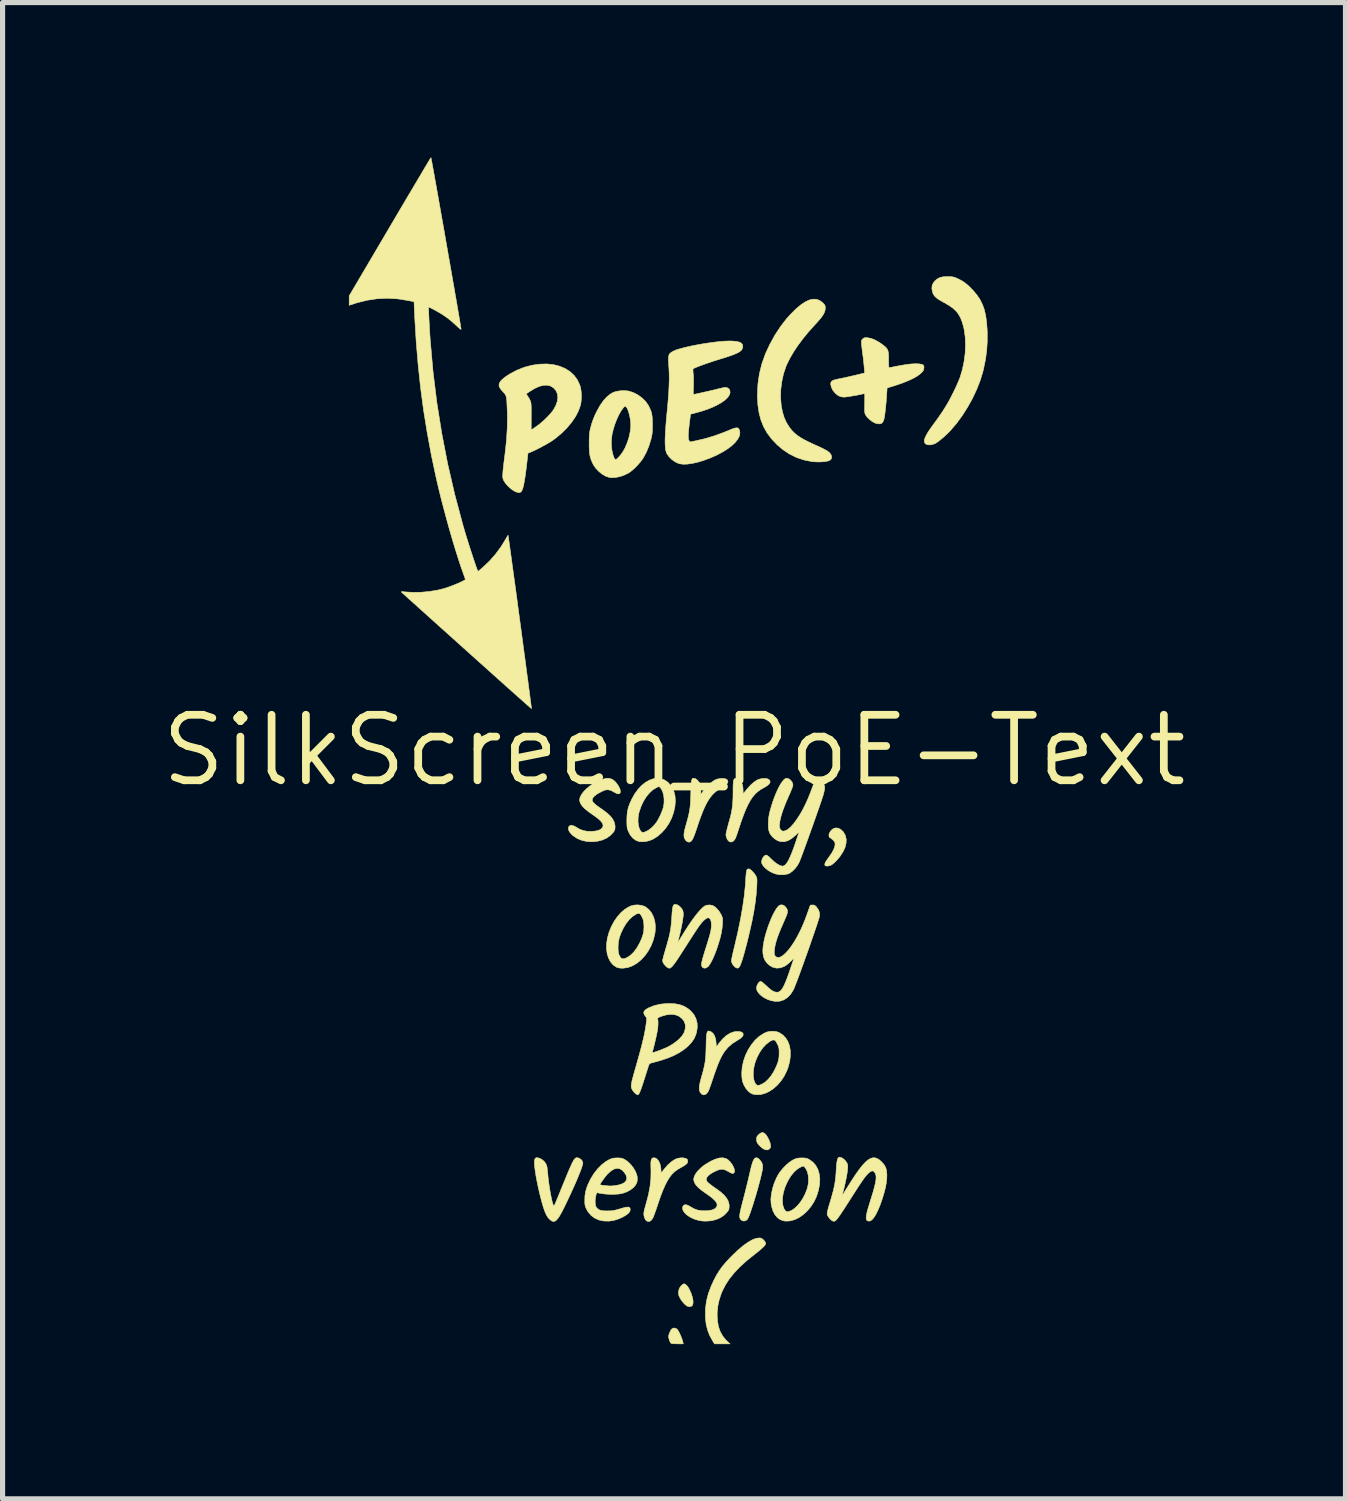
<source format=kicad_pcb>
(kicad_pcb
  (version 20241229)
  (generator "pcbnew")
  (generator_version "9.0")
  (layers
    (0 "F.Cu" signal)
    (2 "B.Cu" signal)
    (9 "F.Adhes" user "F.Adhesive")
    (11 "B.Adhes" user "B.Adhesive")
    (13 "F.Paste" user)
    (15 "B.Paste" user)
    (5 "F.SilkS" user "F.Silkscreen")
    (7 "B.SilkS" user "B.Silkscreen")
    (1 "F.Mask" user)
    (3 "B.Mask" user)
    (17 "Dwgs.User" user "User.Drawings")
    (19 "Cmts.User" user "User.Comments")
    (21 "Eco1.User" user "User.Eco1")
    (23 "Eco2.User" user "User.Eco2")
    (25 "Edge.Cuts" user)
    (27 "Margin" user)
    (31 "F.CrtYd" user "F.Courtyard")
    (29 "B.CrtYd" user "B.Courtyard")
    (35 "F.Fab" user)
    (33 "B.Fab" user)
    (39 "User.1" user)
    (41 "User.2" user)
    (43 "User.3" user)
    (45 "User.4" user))
  (footprint "SilkScreen_PoE-Text"
    (layer "F.Cu")
    (at 10.016 11.496)
    (property "Reference" "SilkScreen_PoE-Text" (at 0 0 0) (layer "F.SilkS") (effects (font (size 1.27 1.27) (thickness 0.15))))
    (attr through_hole)
    (fp_poly (pts (xy 0.048 11.211) (xy 0.06 11.221) (xy 0.083 11.252) (xy 0.107 11.298) (xy 0.132 11.353) (xy 0.154 11.411) (xy 0.171 11.466) (xy 0.173 11.475) (xy 0.18 11.504) (xy 0.065 11.504) (xy 0.007 11.503) (xy -0.032 11.5) (xy -0.055 11.495) (xy -0.062 11.49) (xy -0.081 11.458) (xy -0.096 11.416) (xy -0.105 11.376) (xy -0.106 11.364) (xy -0.1 11.328) (xy -0.085 11.285) (xy -0.065 11.244) (xy -0.045 11.216) (xy -0.018 11.2) (xy 0.016 11.198) (xy 0.048 11.211)) (stroke (width 0.01) (type solid)) (fill yes) (layer "F.SilkS"))
    (fp_poly (pts (xy 0.22 10.349) (xy 0.248 10.374) (xy 0.276 10.411) (xy 0.295 10.444) (xy 0.331 10.524) (xy 0.355 10.597) (xy 0.368 10.662) (xy 0.369 10.715) (xy 0.358 10.755) (xy 0.354 10.761) (xy 0.329 10.78) (xy 0.295 10.784) (xy 0.257 10.773) (xy 0.236 10.761) (xy 0.195 10.724) (xy 0.153 10.673) (xy 0.118 10.621) (xy 0.091 10.561) (xy 0.085 10.5) (xy 0.099 10.439) (xy 0.106 10.425) (xy 0.127 10.392) (xy 0.154 10.363) (xy 0.18 10.344) (xy 0.196 10.34) (xy 0.22 10.349)) (stroke (width 0.01) (type solid)) (fill yes) (layer "F.SilkS"))
    (fp_poly (pts (xy 1.745 7.417) (xy 1.776 7.444) (xy 1.809 7.491) (xy 1.839 7.547) (xy 1.861 7.605) (xy 1.871 7.651) (xy 1.872 7.685) (xy 1.867 7.706) (xy 1.852 7.724) (xy 1.851 7.724) (xy 1.816 7.744) (xy 1.775 7.743) (xy 1.741 7.729) (xy 1.706 7.706) (xy 1.668 7.673) (xy 1.635 7.638) (xy 1.613 7.607) (xy 1.603 7.578) (xy 1.598 7.541) (xy 1.598 7.535) (xy 1.601 7.505) (xy 1.611 7.481) (xy 1.634 7.454) (xy 1.639 7.449) (xy 1.678 7.418) (xy 1.712 7.408) (xy 1.745 7.417)) (stroke (width 0.01) (type solid)) (fill yes) (layer "F.SilkS"))
    (fp_poly (pts (xy 1.613 7.899) (xy 1.635 7.911) (xy 1.662 7.937) (xy 1.698 7.984) (xy 1.716 8.033) (xy 1.718 8.09) (xy 1.714 8.124) (xy 1.701 8.187) (xy 1.684 8.261) (xy 1.663 8.344) (xy 1.64 8.433) (xy 1.614 8.526) (xy 1.587 8.62) (xy 1.559 8.712) (xy 1.532 8.8) (xy 1.505 8.881) (xy 1.481 8.953) (xy 1.459 9.012) (xy 1.44 9.058) (xy 1.426 9.086) (xy 1.422 9.09) (xy 1.389 9.117) (xy 1.351 9.124) (xy 1.313 9.111) (xy 1.296 9.097) (xy 1.283 9.081) (xy 1.275 9.061) (xy 1.272 9.035) (xy 1.274 9) (xy 1.281 8.954) (xy 1.294 8.894) (xy 1.313 8.817) (xy 1.323 8.779) (xy 1.384 8.543) (xy 1.439 8.319) (xy 1.481 8.137) (xy 1.501 8.056) (xy 1.52 7.994) (xy 1.537 7.949) (xy 1.555 7.919) (xy 1.574 7.902) (xy 1.591 7.897) (xy 1.613 7.899)) (stroke (width 0.01) (type solid)) (fill yes) (layer "F.SilkS"))
    (fp_poly (pts (xy 3.179 1.507) (xy 3.228 1.529) (xy 3.273 1.57) (xy 3.287 1.587) (xy 3.322 1.652) (xy 3.338 1.724) (xy 3.335 1.802) (xy 3.314 1.884) (xy 3.274 1.969) (xy 3.216 2.057) (xy 3.144 2.142) (xy 3.11 2.174) (xy 3.076 2.203) (xy 3.048 2.222) (xy 3.046 2.224) (xy 3.009 2.237) (xy 2.973 2.243) (xy 2.944 2.241) (xy 2.926 2.23) (xy 2.925 2.228) (xy 2.922 2.209) (xy 2.927 2.186) (xy 2.942 2.157) (xy 2.968 2.117) (xy 3.004 2.067) (xy 3.059 1.988) (xy 3.097 1.916) (xy 3.118 1.852) (xy 3.122 1.813) (xy 3.119 1.788) (xy 3.107 1.765) (xy 3.082 1.739) (xy 3.077 1.734) (xy 3.051 1.712) (xy 3.032 1.697) (xy 3.024 1.693) (xy 3.011 1.684) (xy 3.004 1.662) (xy 3.003 1.633) (xy 3.01 1.606) (xy 3.043 1.553) (xy 3.084 1.519) (xy 3.13 1.503) (xy 3.179 1.507)) (stroke (width 0.01) (type solid)) (fill yes) (layer "F.SilkS"))
    (fp_poly (pts (xy 1.472 2.305) (xy 1.5 2.326) (xy 1.53 2.356) (xy 1.559 2.391) (xy 1.583 2.426) (xy 1.588 2.436) (xy 1.598 2.455) (xy 1.604 2.474) (xy 1.607 2.497) (xy 1.608 2.527) (xy 1.607 2.569) (xy 1.605 2.628) (xy 1.594 2.782) (xy 1.575 2.945) (xy 1.548 3.119) (xy 1.512 3.307) (xy 1.467 3.51) (xy 1.414 3.73) (xy 1.402 3.774) (xy 1.37 3.894) (xy 1.342 3.994) (xy 1.317 4.075) (xy 1.295 4.137) (xy 1.278 4.178) (xy 1.257 4.21) (xy 1.234 4.222) (xy 1.205 4.215) (xy 1.183 4.201) (xy 1.15 4.168) (xy 1.125 4.128) (xy 1.112 4.088) (xy 1.111 4.078) (xy 1.114 4.059) (xy 1.121 4.023) (xy 1.131 3.973) (xy 1.145 3.913) (xy 1.161 3.846) (xy 1.17 3.81) (xy 1.234 3.536) (xy 1.287 3.281) (xy 1.329 3.042) (xy 1.361 2.821) (xy 1.382 2.616) (xy 1.388 2.529) (xy 1.392 2.453) (xy 1.397 2.396) (xy 1.402 2.354) (xy 1.409 2.326) (xy 1.417 2.309) (xy 1.428 2.3) (xy 1.443 2.297) (xy 1.452 2.297) (xy 1.472 2.305)) (stroke (width 0.01) (type solid)) (fill yes) (layer "F.SilkS"))
    (fp_poly (pts (xy 1.682 9.454) (xy 1.706 9.465) (xy 1.733 9.488) (xy 1.737 9.492) (xy 1.76 9.519) (xy 1.775 9.544) (xy 1.778 9.555) (xy 1.772 9.576) (xy 1.754 9.603) (xy 1.722 9.636) (xy 1.675 9.678) (xy 1.613 9.729) (xy 1.553 9.776) (xy 1.405 9.895) (xy 1.277 10.011) (xy 1.168 10.126) (xy 1.075 10.241) (xy 0.999 10.357) (xy 0.938 10.476) (xy 0.92 10.518) (xy 0.877 10.644) (xy 0.85 10.766) (xy 0.837 10.891) (xy 0.836 10.943) (xy 0.843 11.066) (xy 0.862 11.173) (xy 0.896 11.269) (xy 0.945 11.355) (xy 1.01 11.433) (xy 1.037 11.459) (xy 1.085 11.504) (xy 0.935 11.504) (xy 0.785 11.504) (xy 0.753 11.454) (xy 0.694 11.349) (xy 0.652 11.242) (xy 0.623 11.129) (xy 0.609 11.003) (xy 0.607 10.97) (xy 0.609 10.822) (xy 0.628 10.677) (xy 0.665 10.531) (xy 0.721 10.381) (xy 0.779 10.256) (xy 0.83 10.162) (xy 0.884 10.076) (xy 0.946 9.992) (xy 1.019 9.907) (xy 1.105 9.816) (xy 1.127 9.794) (xy 1.235 9.691) (xy 1.335 9.606) (xy 1.427 9.539) (xy 1.51 9.491) (xy 1.584 9.461) (xy 1.649 9.451) (xy 1.653 9.451) (xy 1.682 9.454)) (stroke (width 0.01) (type solid)) (fill yes) (layer "F.SilkS"))
    (fp_poly (pts (xy -0.359 7.902) (xy -0.324 7.927) (xy -0.294 7.967) (xy -0.271 8.021) (xy -0.257 8.086) (xy -0.255 8.108) (xy -0.249 8.191) (xy -0.187 8.112) (xy -0.119 8.034) (xy -0.046 7.97) (xy 0.025 7.925) (xy 0.077 7.906) (xy 0.135 7.898) (xy 0.19 7.9) (xy 0.225 7.909) (xy 0.251 7.922) (xy 0.262 7.938) (xy 0.265 7.963) (xy 0.265 7.963) (xy 0.262 7.988) (xy 0.251 8.008) (xy 0.226 8.029) (xy 0.22 8.034) (xy 0.182 8.059) (xy 0.139 8.084) (xy 0.122 8.093) (xy 0.064 8.127) (xy 0.011 8.167) (xy -0.039 8.215) (xy -0.085 8.273) (xy -0.129 8.344) (xy -0.172 8.427) (xy -0.215 8.525) (xy -0.26 8.641) (xy -0.306 8.775) (xy -0.324 8.829) (xy -0.345 8.892) (xy -0.366 8.951) (xy -0.385 9.003) (xy -0.4 9.042) (xy -0.409 9.062) (xy -0.438 9.106) (xy -0.47 9.129) (xy -0.504 9.132) (xy -0.537 9.117) (xy -0.554 9.098) (xy -0.57 9.066) (xy -0.576 9.048) (xy -0.583 9.019) (xy -0.586 8.99) (xy -0.584 8.957) (xy -0.577 8.916) (xy -0.563 8.863) (xy -0.544 8.795) (xy -0.54 8.78) (xy -0.495 8.61) (xy -0.465 8.449) (xy -0.449 8.295) (xy -0.447 8.142) (xy -0.448 8.112) (xy -0.45 8.038) (xy -0.449 7.982) (xy -0.443 7.942) (xy -0.433 7.917) (xy -0.417 7.902) (xy -0.399 7.897) (xy -0.359 7.902)) (stroke (width 0.01) (type solid)) (fill yes) (layer "F.SilkS"))
    (fp_poly (pts (xy 0.696 5.445) (xy 0.72 5.456) (xy 0.758 5.487) (xy 0.787 5.536) (xy 0.807 5.599) (xy 0.815 5.66) (xy 0.82 5.748) (xy 0.867 5.683) (xy 0.938 5.597) (xy 1.011 5.53) (xy 1.085 5.483) (xy 1.16 5.456) (xy 1.222 5.448) (xy 1.276 5.452) (xy 1.312 5.462) (xy 1.333 5.48) (xy 1.339 5.492) (xy 1.34 5.521) (xy 1.324 5.55) (xy 1.291 5.581) (xy 1.238 5.615) (xy 1.221 5.625) (xy 1.125 5.687) (xy 1.046 5.756) (xy 0.979 5.837) (xy 0.966 5.856) (xy 0.939 5.9) (xy 0.913 5.948) (xy 0.886 6.004) (xy 0.858 6.07) (xy 0.828 6.148) (xy 0.794 6.242) (xy 0.757 6.35) (xy 0.734 6.418) (xy 0.713 6.48) (xy 0.694 6.533) (xy 0.679 6.574) (xy 0.669 6.6) (xy 0.666 6.606) (xy 0.637 6.648) (xy 0.605 6.672) (xy 0.571 6.678) (xy 0.538 6.665) (xy 0.529 6.656) (xy 0.507 6.629) (xy 0.493 6.596) (xy 0.488 6.557) (xy 0.491 6.506) (xy 0.503 6.443) (xy 0.523 6.364) (xy 0.53 6.339) (xy 0.556 6.247) (xy 0.576 6.169) (xy 0.591 6.1) (xy 0.603 6.035) (xy 0.61 5.969) (xy 0.616 5.896) (xy 0.619 5.811) (xy 0.621 5.736) (xy 0.623 5.645) (xy 0.626 5.573) (xy 0.631 5.518) (xy 0.637 5.479) (xy 0.647 5.454) (xy 0.659 5.442) (xy 0.675 5.439) (xy 0.696 5.445)) (stroke (width 0.01) (type solid)) (fill yes) (layer "F.SilkS"))
    (fp_poly (pts (xy 0.417 0.549) (xy 0.45 0.574) (xy 0.481 0.611) (xy 0.497 0.639) (xy 0.51 0.674) (xy 0.517 0.715) (xy 0.519 0.767) (xy 0.519 0.85) (xy 0.57 0.782) (xy 0.619 0.723) (xy 0.674 0.667) (xy 0.729 0.618) (xy 0.78 0.582) (xy 0.801 0.57) (xy 0.845 0.554) (xy 0.896 0.546) (xy 0.946 0.544) (xy 0.99 0.549) (xy 1.022 0.562) (xy 1.025 0.565) (xy 1.044 0.593) (xy 1.042 0.623) (xy 1.019 0.656) (xy 0.975 0.692) (xy 0.92 0.725) (xy 0.858 0.763) (xy 0.802 0.805) (xy 0.75 0.853) (xy 0.703 0.91) (xy 0.658 0.977) (xy 0.615 1.056) (xy 0.572 1.148) (xy 0.529 1.257) (xy 0.483 1.382) (xy 0.445 1.498) (xy 0.416 1.582) (xy 0.392 1.649) (xy 0.371 1.699) (xy 0.352 1.735) (xy 0.334 1.758) (xy 0.315 1.772) (xy 0.295 1.778) (xy 0.286 1.778) (xy 0.258 1.77) (xy 0.235 1.754) (xy 0.213 1.725) (xy 0.198 1.694) (xy 0.192 1.657) (xy 0.194 1.61) (xy 0.204 1.552) (xy 0.223 1.479) (xy 0.234 1.439) (xy 0.26 1.346) (xy 0.28 1.268) (xy 0.295 1.2) (xy 0.306 1.135) (xy 0.314 1.07) (xy 0.319 0.997) (xy 0.323 0.914) (xy 0.325 0.836) (xy 0.327 0.749) (xy 0.329 0.68) (xy 0.333 0.629) (xy 0.338 0.591) (xy 0.345 0.566) (xy 0.354 0.55) (xy 0.366 0.542) (xy 0.381 0.54) (xy 0.386 0.54) (xy 0.417 0.549)) (stroke (width 0.01) (type solid)) (fill yes) (layer "F.SilkS"))
    (fp_poly (pts (xy 1.228 0.548) (xy 1.262 0.57) (xy 1.294 0.605) (xy 1.315 0.639) (xy 1.328 0.673) (xy 1.335 0.714) (xy 1.338 0.764) (xy 1.339 0.801) (xy 1.341 0.828) (xy 1.344 0.839) (xy 1.345 0.838) (xy 1.354 0.827) (xy 1.372 0.803) (xy 1.397 0.772) (xy 1.406 0.76) (xy 1.482 0.674) (xy 1.559 0.608) (xy 1.614 0.573) (xy 1.659 0.556) (xy 1.71 0.546) (xy 1.761 0.544) (xy 1.805 0.549) (xy 1.837 0.562) (xy 1.84 0.565) (xy 1.861 0.594) (xy 1.86 0.624) (xy 1.84 0.656) (xy 1.798 0.69) (xy 1.736 0.727) (xy 1.73 0.73) (xy 1.671 0.764) (xy 1.617 0.804) (xy 1.568 0.851) (xy 1.521 0.907) (xy 1.477 0.973) (xy 1.434 1.052) (xy 1.391 1.144) (xy 1.348 1.252) (xy 1.302 1.378) (xy 1.254 1.522) (xy 1.248 1.54) (xy 1.231 1.593) (xy 1.214 1.642) (xy 1.2 1.68) (xy 1.19 1.705) (xy 1.189 1.707) (xy 1.16 1.75) (xy 1.128 1.773) (xy 1.093 1.776) (xy 1.058 1.758) (xy 1.054 1.754) (xy 1.034 1.728) (xy 1.018 1.692) (xy 1.014 1.679) (xy 1.01 1.664) (xy 1.007 1.65) (xy 1.006 1.635) (xy 1.008 1.617) (xy 1.012 1.592) (xy 1.02 1.559) (xy 1.031 1.515) (xy 1.046 1.458) (xy 1.066 1.384) (xy 1.085 1.318) (xy 1.109 1.221) (xy 1.126 1.126) (xy 1.137 1.025) (xy 1.143 0.915) (xy 1.144 0.799) (xy 1.144 0.719) (xy 1.146 0.657) (xy 1.149 0.612) (xy 1.155 0.581) (xy 1.163 0.56) (xy 1.175 0.548) (xy 1.191 0.543) (xy 1.197 0.542) (xy 1.228 0.548)) (stroke (width 0.01) (type solid)) (fill yes) (layer "F.SilkS"))
    (fp_poly (pts (xy -0.634 3.003) (xy -0.574 3.022) (xy -0.558 3.03) (xy -0.492 3.081) (xy -0.438 3.147) (xy -0.398 3.226) (xy -0.372 3.315) (xy -0.361 3.412) (xy -0.366 3.515) (xy -0.371 3.551) (xy -0.4 3.67) (xy -0.442 3.781) (xy -0.497 3.884) (xy -0.561 3.976) (xy -0.635 4.056) (xy -0.715 4.123) (xy -0.801 4.174) (xy -0.891 4.208) (xy -0.982 4.222) (xy -1.002 4.223) (xy -1.059 4.219) (xy -1.104 4.207) (xy -1.119 4.201) (xy -1.18 4.159) (xy -1.23 4.101) (xy -1.269 4.028) (xy -1.296 3.943) (xy -1.309 3.848) (xy -1.308 3.828) (xy -1.085 3.828) (xy -1.082 3.891) (xy -1.073 3.943) (xy -1.066 3.963) (xy -1.042 4.008) (xy -1.018 4.034) (xy -0.989 4.041) (xy -0.951 4.033) (xy -0.926 4.023) (xy -0.852 3.978) (xy -0.784 3.914) (xy -0.721 3.83) (xy -0.663 3.726) (xy -0.66 3.72) (xy -0.624 3.638) (xy -0.6 3.566) (xy -0.587 3.498) (xy -0.583 3.426) (xy -0.584 3.392) (xy -0.588 3.338) (xy -0.594 3.298) (xy -0.605 3.263) (xy -0.618 3.235) (xy -0.641 3.192) (xy -0.663 3.168) (xy -0.686 3.16) (xy -0.716 3.166) (xy -0.735 3.175) (xy -0.804 3.219) (xy -0.87 3.281) (xy -0.931 3.359) (xy -0.986 3.451) (xy -1.033 3.553) (xy -1.06 3.63) (xy -1.074 3.691) (xy -1.082 3.759) (xy -1.085 3.828) (xy -1.308 3.828) (xy -1.308 3.754) (xy -1.292 3.641) (xy -1.261 3.529) (xy -1.218 3.421) (xy -1.164 3.319) (xy -1.1 3.226) (xy -1.029 3.145) (xy -0.952 3.079) (xy -0.871 3.03) (xy -0.839 3.016) (xy -0.773 2.999) (xy -0.703 2.995) (xy -0.634 3.003)) (stroke (width 0.01) (type solid)) (fill yes) (layer "F.SilkS"))
    (fp_poly (pts (xy -0.255 0.548) (xy -0.186 0.573) (xy -0.122 0.615) (xy -0.065 0.677) (xy -0.044 0.706) (xy -0.005 0.788) (xy 0.019 0.881) (xy 0.026 0.983) (xy 0.017 1.091) (xy -0.009 1.205) (xy -0.047 1.313) (xy -0.099 1.416) (xy -0.163 1.51) (xy -0.237 1.594) (xy -0.318 1.664) (xy -0.403 1.718) (xy -0.476 1.749) (xy -0.535 1.763) (xy -0.598 1.771) (xy -0.655 1.77) (xy -0.682 1.766) (xy -0.746 1.74) (xy -0.804 1.696) (xy -0.853 1.633) (xy -0.891 1.557) (xy -0.901 1.529) (xy -0.908 1.502) (xy -0.912 1.469) (xy -0.914 1.426) (xy -0.915 1.381) (xy -0.698 1.381) (xy -0.69 1.454) (xy -0.673 1.516) (xy -0.646 1.565) (xy -0.635 1.577) (xy -0.614 1.589) (xy -0.585 1.588) (xy -0.547 1.574) (xy -0.501 1.55) (xy -0.445 1.509) (xy -0.388 1.454) (xy -0.337 1.39) (xy -0.336 1.388) (xy -0.304 1.334) (xy -0.27 1.268) (xy -0.24 1.197) (xy -0.216 1.131) (xy -0.205 1.094) (xy -0.194 1.02) (xy -0.193 0.945) (xy -0.201 0.871) (xy -0.219 0.806) (xy -0.244 0.752) (xy -0.268 0.721) (xy -0.292 0.699) (xy -0.346 0.725) (xy -0.413 0.766) (xy -0.478 0.826) (xy -0.539 0.9) (xy -0.593 0.987) (xy -0.638 1.083) (xy -0.674 1.186) (xy -0.684 1.224) (xy -0.696 1.304) (xy -0.698 1.381) (xy -0.915 1.381) (xy -0.915 1.368) (xy -0.915 1.355) (xy -0.912 1.262) (xy -0.903 1.182) (xy -0.886 1.107) (xy -0.858 1.03) (xy -0.82 0.947) (xy -0.763 0.844) (xy -0.698 0.755) (xy -0.628 0.68) (xy -0.555 0.621) (xy -0.48 0.578) (xy -0.404 0.551) (xy -0.328 0.541) (xy -0.255 0.548)) (stroke (width 0.01) (type solid)) (fill yes) (layer "F.SilkS"))
    (fp_poly (pts (xy 2.524 7.901) (xy 2.557 7.905) (xy 2.585 7.913) (xy 2.615 7.927) (xy 2.623 7.932) (xy 2.692 7.982) (xy 2.748 8.046) (xy 2.789 8.123) (xy 2.815 8.212) (xy 2.826 8.309) (xy 2.821 8.414) (xy 2.8 8.526) (xy 2.764 8.641) (xy 2.763 8.644) (xy 2.716 8.745) (xy 2.656 8.839) (xy 2.587 8.923) (xy 2.51 8.995) (xy 2.427 9.053) (xy 2.343 9.095) (xy 2.257 9.119) (xy 2.243 9.121) (xy 2.199 9.124) (xy 2.156 9.124) (xy 2.131 9.121) (xy 2.064 9.099) (xy 2.005 9.059) (xy 1.956 9.001) (xy 1.918 8.928) (xy 1.891 8.84) (xy 1.882 8.789) (xy 1.879 8.741) (xy 2.101 8.741) (xy 2.109 8.816) (xy 2.129 8.88) (xy 2.157 8.924) (xy 2.18 8.94) (xy 2.214 8.94) (xy 2.259 8.926) (xy 2.273 8.92) (xy 2.331 8.883) (xy 2.39 8.829) (xy 2.447 8.76) (xy 2.499 8.681) (xy 2.544 8.593) (xy 2.579 8.502) (xy 2.583 8.488) (xy 2.602 8.406) (xy 2.607 8.323) (xy 2.602 8.243) (xy 2.585 8.171) (xy 2.557 8.111) (xy 2.535 8.081) (xy 2.517 8.064) (xy 2.501 8.059) (xy 2.48 8.066) (xy 2.471 8.069) (xy 2.399 8.11) (xy 2.33 8.17) (xy 2.266 8.248) (xy 2.209 8.34) (xy 2.16 8.445) (xy 2.149 8.474) (xy 2.121 8.567) (xy 2.105 8.657) (xy 2.101 8.741) (xy 1.879 8.741) (xy 1.877 8.7) (xy 1.887 8.601) (xy 1.909 8.496) (xy 1.942 8.39) (xy 1.986 8.287) (xy 2.012 8.237) (xy 2.056 8.169) (xy 2.111 8.102) (xy 2.172 8.039) (xy 2.235 7.985) (xy 2.295 7.945) (xy 2.313 7.935) (xy 2.353 7.917) (xy 2.386 7.907) (xy 2.421 7.902) (xy 2.467 7.9) (xy 2.477 7.9) (xy 2.524 7.901)) (stroke (width 0.01) (type solid)) (fill yes) (layer "F.SilkS"))
    (fp_poly (pts (xy 1.953 5.447) (xy 1.99 5.453) (xy 2.025 5.466) (xy 2.045 5.475) (xy 2.112 5.519) (xy 2.169 5.581) (xy 2.207 5.643) (xy 2.238 5.725) (xy 2.254 5.819) (xy 2.255 5.921) (xy 2.242 6.029) (xy 2.213 6.139) (xy 2.185 6.214) (xy 2.134 6.316) (xy 2.073 6.408) (xy 2.003 6.489) (xy 1.926 6.557) (xy 1.845 6.611) (xy 1.761 6.65) (xy 1.676 6.672) (xy 1.592 6.675) (xy 1.532 6.665) (xy 1.483 6.643) (xy 1.435 6.603) (xy 1.391 6.55) (xy 1.355 6.488) (xy 1.329 6.422) (xy 1.324 6.402) (xy 1.319 6.37) (xy 1.315 6.325) (xy 1.313 6.274) (xy 1.313 6.253) (xy 1.314 6.23) (xy 1.537 6.23) (xy 1.537 6.32) (xy 1.549 6.393) (xy 1.571 6.449) (xy 1.585 6.468) (xy 1.604 6.486) (xy 1.623 6.494) (xy 1.649 6.491) (xy 1.686 6.477) (xy 1.698 6.472) (xy 1.762 6.435) (xy 1.824 6.378) (xy 1.883 6.306) (xy 1.937 6.22) (xy 1.984 6.123) (xy 2.013 6.047) (xy 2.026 6.001) (xy 2.034 5.953) (xy 2.037 5.897) (xy 2.037 5.868) (xy 2.037 5.818) (xy 2.034 5.782) (xy 2.028 5.753) (xy 2.018 5.724) (xy 2.002 5.691) (xy 1.978 5.646) (xy 1.955 5.62) (xy 1.93 5.612) (xy 1.898 5.62) (xy 1.856 5.642) (xy 1.856 5.642) (xy 1.787 5.695) (xy 1.722 5.764) (xy 1.664 5.847) (xy 1.615 5.939) (xy 1.575 6.037) (xy 1.549 6.138) (xy 1.537 6.23) (xy 1.314 6.23) (xy 1.321 6.138) (xy 1.346 6.023) (xy 1.385 5.91) (xy 1.437 5.803) (xy 1.5 5.704) (xy 1.572 5.616) (xy 1.652 5.543) (xy 1.739 5.487) (xy 1.757 5.478) (xy 1.8 5.46) (xy 1.838 5.45) (xy 1.882 5.446) (xy 1.905 5.445) (xy 1.953 5.447)) (stroke (width 0.01) (type solid)) (fill yes) (layer "F.SilkS"))
    (fp_poly (pts (xy -1.843 7.904) (xy -1.807 7.926) (xy -1.78 7.957) (xy -1.768 7.992) (xy -1.767 7.998) (xy -1.772 8.027) (xy -1.786 8.073) (xy -1.807 8.135) (xy -1.837 8.21) (xy -1.872 8.297) (xy -1.914 8.394) (xy -1.961 8.5) (xy -2.012 8.611) (xy -2.067 8.728) (xy -2.125 8.848) (xy -2.133 8.865) (xy -2.178 8.953) (xy -2.217 9.022) (xy -2.251 9.073) (xy -2.282 9.108) (xy -2.31 9.127) (xy -2.338 9.132) (xy -2.366 9.124) (xy -2.388 9.11) (xy -2.421 9.081) (xy -2.447 9.051) (xy -2.47 9.013) (xy -2.488 8.978) (xy -2.51 8.923) (xy -2.535 8.85) (xy -2.56 8.764) (xy -2.586 8.667) (xy -2.611 8.564) (xy -2.635 8.457) (xy -2.657 8.351) (xy -2.676 8.249) (xy -2.691 8.154) (xy -2.702 8.07) (xy -2.705 8.038) (xy -2.707 7.978) (xy -2.703 7.936) (xy -2.692 7.91) (xy -2.673 7.897) (xy -2.656 7.895) (xy -2.609 7.905) (xy -2.562 7.93) (xy -2.518 7.967) (xy -2.485 8.011) (xy -2.467 8.054) (xy -2.461 8.083) (xy -2.456 8.124) (xy -2.451 8.17) (xy -2.45 8.176) (xy -2.443 8.26) (xy -2.433 8.348) (xy -2.421 8.434) (xy -2.408 8.519) (xy -2.394 8.598) (xy -2.38 8.669) (xy -2.367 8.73) (xy -2.354 8.778) (xy -2.342 8.811) (xy -2.331 8.826) (xy -2.329 8.826) (xy -2.326 8.826) (xy -2.323 8.823) (xy -2.318 8.815) (xy -2.312 8.802) (xy -2.302 8.781) (xy -2.289 8.751) (xy -2.272 8.709) (xy -2.249 8.655) (xy -2.221 8.586) (xy -2.187 8.501) (xy -2.147 8.403) (xy -2.1 8.289) (xy -2.061 8.193) (xy -2.027 8.114) (xy -1.998 8.049) (xy -1.975 7.999) (xy -1.954 7.96) (xy -1.937 7.932) (xy -1.921 7.913) (xy -1.907 7.902) (xy -1.894 7.896) (xy -1.883 7.895) (xy -1.843 7.904)) (stroke (width 0.01) (type solid)) (fill yes) (layer "F.SilkS"))
    (fp_poly (pts (xy 2.759 -8.745) (xy 2.82 -8.723) (xy 2.876 -8.683) (xy 2.88 -8.679) (xy 2.908 -8.651) (xy 2.923 -8.63) (xy 2.93 -8.609) (xy 2.932 -8.58) (xy 2.932 -8.574) (xy 2.929 -8.538) (xy 2.919 -8.501) (xy 2.902 -8.463) (xy 2.874 -8.419) (xy 2.836 -8.369) (xy 2.785 -8.31) (xy 2.72 -8.239) (xy 2.711 -8.229) (xy 2.601 -8.106) (xy 2.497 -7.979) (xy 2.402 -7.851) (xy 2.318 -7.725) (xy 2.247 -7.604) (xy 2.19 -7.49) (xy 2.172 -7.448) (xy 2.123 -7.303) (xy 2.089 -7.149) (xy 2.069 -6.991) (xy 2.066 -6.835) (xy 2.078 -6.686) (xy 2.079 -6.678) (xy 2.103 -6.556) (xy 2.136 -6.449) (xy 2.18 -6.353) (xy 2.237 -6.262) (xy 2.249 -6.246) (xy 2.289 -6.197) (xy 2.334 -6.152) (xy 2.384 -6.11) (xy 2.444 -6.069) (xy 2.515 -6.027) (xy 2.6 -5.983) (xy 2.702 -5.935) (xy 2.763 -5.908) (xy 2.822 -5.881) (xy 2.879 -5.854) (xy 2.927 -5.829) (xy 2.964 -5.809) (xy 2.978 -5.8) (xy 3.02 -5.764) (xy 3.046 -5.726) (xy 3.056 -5.688) (xy 3.049 -5.653) (xy 3.024 -5.626) (xy 3.023 -5.625) (xy 2.99 -5.611) (xy 2.94 -5.601) (xy 2.878 -5.594) (xy 2.809 -5.591) (xy 2.737 -5.593) (xy 2.669 -5.599) (xy 2.516 -5.63) (xy 2.369 -5.68) (xy 2.229 -5.75) (xy 2.098 -5.839) (xy 1.992 -5.931) (xy 1.891 -6.038) (xy 1.806 -6.151) (xy 1.738 -6.27) (xy 1.686 -6.399) (xy 1.649 -6.538) (xy 1.626 -6.689) (xy 1.616 -6.856) (xy 1.616 -6.9) (xy 1.626 -7.104) (xy 1.655 -7.302) (xy 1.703 -7.496) (xy 1.772 -7.689) (xy 1.853 -7.863) (xy 1.955 -8.05) (xy 2.066 -8.218) (xy 2.184 -8.371) (xy 2.27 -8.465) (xy 2.367 -8.561) (xy 2.458 -8.637) (xy 2.542 -8.693) (xy 2.62 -8.73) (xy 2.692 -8.747) (xy 2.759 -8.745)) (stroke (width 0.01) (type solid)) (fill yes) (layer "F.SilkS"))
    (fp_poly (pts (xy -1.213 0.555) (xy -1.184 0.57) (xy -1.145 0.602) (xy -1.107 0.646) (xy -1.074 0.695) (xy -1.051 0.744) (xy -1.042 0.773) (xy -1.041 0.813) (xy -1.053 0.836) (xy -1.078 0.844) (xy -1.114 0.835) (xy -1.161 0.81) (xy -1.172 0.803) (xy -1.222 0.776) (xy -1.274 0.764) (xy -1.275 0.764) (xy -1.302 0.764) (xy -1.327 0.767) (xy -1.355 0.776) (xy -1.393 0.793) (xy -1.425 0.809) (xy -1.496 0.849) (xy -1.547 0.888) (xy -1.577 0.926) (xy -1.587 0.961) (xy -1.583 0.983) (xy -1.567 1.007) (xy -1.539 1.036) (xy -1.496 1.071) (xy -1.438 1.113) (xy -1.394 1.143) (xy -1.306 1.208) (xy -1.237 1.271) (xy -1.188 1.333) (xy -1.157 1.395) (xy -1.144 1.459) (xy -1.143 1.48) (xy -1.145 1.52) (xy -1.153 1.55) (xy -1.17 1.58) (xy -1.173 1.584) (xy -1.232 1.647) (xy -1.305 1.699) (xy -1.391 1.738) (xy -1.486 1.762) (xy -1.586 1.772) (xy -1.681 1.767) (xy -1.786 1.745) (xy -1.878 1.707) (xy -1.958 1.653) (xy -1.981 1.633) (xy -2.022 1.586) (xy -2.045 1.542) (xy -2.049 1.503) (xy -2.039 1.477) (xy -2.015 1.455) (xy -1.984 1.451) (xy -1.942 1.464) (xy -1.898 1.488) (xy -1.827 1.529) (xy -1.76 1.554) (xy -1.69 1.567) (xy -1.625 1.57) (xy -1.543 1.566) (xy -1.48 1.555) (xy -1.432 1.536) (xy -1.405 1.516) (xy -1.382 1.485) (xy -1.375 1.453) (xy -1.386 1.417) (xy -1.414 1.377) (xy -1.461 1.332) (xy -1.527 1.281) (xy -1.576 1.247) (xy -1.662 1.186) (xy -1.729 1.131) (xy -1.779 1.08) (xy -1.811 1.032) (xy -1.828 0.986) (xy -1.831 0.958) (xy -1.821 0.909) (xy -1.794 0.855) (xy -1.752 0.799) (xy -1.698 0.744) (xy -1.633 0.69) (xy -1.562 0.641) (xy -1.485 0.599) (xy -1.406 0.566) (xy -1.377 0.557) (xy -1.312 0.542) (xy -1.26 0.541) (xy -1.213 0.555)) (stroke (width 0.01) (type solid)) (fill yes) (layer "F.SilkS"))
    (fp_poly (pts (xy 5.33 -9.184) (xy 5.376 -9.182) (xy 5.411 -9.177) (xy 5.442 -9.169) (xy 5.477 -9.155) (xy 5.523 -9.133) (xy 5.529 -9.13) (xy 5.587 -9.099) (xy 5.638 -9.065) (xy 5.688 -9.024) (xy 5.721 -8.994) (xy 5.805 -8.908) (xy 5.875 -8.823) (xy 5.933 -8.736) (xy 5.979 -8.643) (xy 6.015 -8.543) (xy 6.041 -8.431) (xy 6.058 -8.306) (xy 6.069 -8.165) (xy 6.072 -8.101) (xy 6.072 -7.924) (xy 6.061 -7.755) (xy 6.039 -7.585) (xy 6.003 -7.41) (xy 5.986 -7.337) (xy 5.935 -7.171) (xy 5.868 -6.999) (xy 5.787 -6.826) (xy 5.693 -6.657) (xy 5.59 -6.494) (xy 5.48 -6.343) (xy 5.364 -6.207) (xy 5.345 -6.187) (xy 5.287 -6.129) (xy 5.226 -6.073) (xy 5.167 -6.023) (xy 5.114 -5.982) (xy 5.069 -5.953) (xy 5.06 -5.948) (xy 5.007 -5.929) (xy 4.953 -5.921) (xy 4.906 -5.927) (xy 4.893 -5.931) (xy 4.866 -5.95) (xy 4.852 -5.977) (xy 4.851 -6.012) (xy 4.865 -6.058) (xy 4.892 -6.115) (xy 4.933 -6.184) (xy 4.99 -6.267) (xy 5.03 -6.321) (xy 5.121 -6.447) (xy 5.2 -6.562) (xy 5.268 -6.669) (xy 5.302 -6.726) (xy 5.338 -6.79) (xy 5.377 -6.865) (xy 5.417 -6.945) (xy 5.456 -7.025) (xy 5.491 -7.102) (xy 5.52 -7.17) (xy 5.542 -7.224) (xy 5.544 -7.229) (xy 5.589 -7.38) (xy 5.622 -7.537) (xy 5.643 -7.696) (xy 5.65 -7.854) (xy 5.645 -8.006) (xy 5.626 -8.147) (xy 5.611 -8.215) (xy 5.583 -8.31) (xy 5.551 -8.391) (xy 5.512 -8.459) (xy 5.463 -8.52) (xy 5.402 -8.575) (xy 5.326 -8.628) (xy 5.233 -8.682) (xy 5.208 -8.695) (xy 5.138 -8.735) (xy 5.086 -8.772) (xy 5.048 -8.81) (xy 5.023 -8.85) (xy 5.012 -8.881) (xy 4.998 -8.949) (xy 5.002 -9.007) (xy 5.024 -9.059) (xy 5.064 -9.109) (xy 5.065 -9.109) (xy 5.111 -9.145) (xy 5.163 -9.169) (xy 5.226 -9.182) (xy 5.303 -9.185) (xy 5.33 -9.184)) (stroke (width 0.01) (type solid)) (fill yes) (layer "F.SilkS"))
    (fp_poly (pts (xy 1.002 7.91) (xy 1.015 7.916) (xy 1.054 7.942) (xy 1.09 7.979) (xy 1.122 8.021) (xy 1.148 8.067) (xy 1.166 8.111) (xy 1.173 8.15) (xy 1.169 8.18) (xy 1.162 8.189) (xy 1.146 8.2) (xy 1.125 8.2) (xy 1.095 8.188) (xy 1.053 8.164) (xy 1.052 8.164) (xy 1 8.136) (xy 0.954 8.121) (xy 0.909 8.12) (xy 0.858 8.133) (xy 0.797 8.159) (xy 0.788 8.163) (xy 0.718 8.202) (xy 0.667 8.241) (xy 0.635 8.28) (xy 0.624 8.317) (xy 0.624 8.318) (xy 0.628 8.337) (xy 0.64 8.357) (xy 0.663 8.382) (xy 0.698 8.411) (xy 0.747 8.448) (xy 0.812 8.494) (xy 0.818 8.497) (xy 0.904 8.561) (xy 0.971 8.621) (xy 1.019 8.68) (xy 1.051 8.738) (xy 1.067 8.799) (xy 1.069 8.835) (xy 1.067 8.876) (xy 1.059 8.906) (xy 1.041 8.936) (xy 1.039 8.939) (xy 0.979 9.004) (xy 0.904 9.056) (xy 0.818 9.094) (xy 0.721 9.118) (xy 0.617 9.126) (xy 0.54 9.122) (xy 0.465 9.108) (xy 0.393 9.086) (xy 0.328 9.056) (xy 0.27 9.021) (xy 0.222 8.982) (xy 0.188 8.941) (xy 0.168 8.899) (xy 0.165 8.86) (xy 0.171 8.84) (xy 0.193 8.814) (xy 0.225 8.806) (xy 0.267 8.817) (xy 0.313 8.843) (xy 0.387 8.885) (xy 0.458 8.911) (xy 0.535 8.923) (xy 0.587 8.925) (xy 0.668 8.921) (xy 0.731 8.91) (xy 0.778 8.892) (xy 0.807 8.871) (xy 0.83 8.84) (xy 0.836 8.807) (xy 0.824 8.769) (xy 0.794 8.728) (xy 0.745 8.681) (xy 0.677 8.629) (xy 0.62 8.589) (xy 0.537 8.53) (xy 0.473 8.477) (xy 0.426 8.427) (xy 0.397 8.38) (xy 0.383 8.333) (xy 0.381 8.311) (xy 0.391 8.263) (xy 0.418 8.209) (xy 0.461 8.152) (xy 0.517 8.096) (xy 0.584 8.042) (xy 0.609 8.025) (xy 0.706 7.967) (xy 0.794 7.926) (xy 0.873 7.902) (xy 0.943 7.897) (xy 1.002 7.91)) (stroke (width 0.01) (type solid)) (fill yes) (layer "F.SilkS"))
    (fp_poly (pts (xy -0.903 -6.969) (xy -0.876 -6.964) (xy -0.789 -6.937) (xy -0.704 -6.893) (xy -0.625 -6.836) (xy -0.556 -6.77) (xy -0.503 -6.697) (xy -0.495 -6.681) (xy -0.467 -6.626) (xy -0.447 -6.577) (xy -0.433 -6.528) (xy -0.425 -6.475) (xy -0.42 -6.413) (xy -0.418 -6.336) (xy -0.418 -6.313) (xy -0.419 -6.244) (xy -0.421 -6.19) (xy -0.424 -6.146) (xy -0.43 -6.106) (xy -0.439 -6.063) (xy -0.447 -6.031) (xy -0.486 -5.904) (xy -0.535 -5.783) (xy -0.593 -5.675) (xy -0.609 -5.65) (xy -0.652 -5.592) (xy -0.705 -5.531) (xy -0.762 -5.473) (xy -0.819 -5.422) (xy -0.871 -5.384) (xy -0.88 -5.378) (xy -0.961 -5.338) (xy -1.046 -5.308) (xy -1.13 -5.291) (xy -1.207 -5.286) (xy -1.257 -5.292) (xy -1.325 -5.315) (xy -1.394 -5.355) (xy -1.459 -5.408) (xy -1.518 -5.47) (xy -1.564 -5.538) (xy -1.573 -5.556) (xy -1.598 -5.61) (xy -1.616 -5.658) (xy -1.629 -5.708) (xy -1.638 -5.762) (xy -1.643 -5.825) (xy -1.645 -5.902) (xy -1.645 -5.914) (xy -1.215 -5.914) (xy -1.203 -5.811) (xy -1.18 -5.717) (xy -1.164 -5.676) (xy -1.152 -5.651) (xy -1.14 -5.639) (xy -1.124 -5.64) (xy -1.103 -5.655) (xy -1.073 -5.685) (xy -1.049 -5.711) (xy -0.997 -5.779) (xy -0.95 -5.863) (xy -0.909 -5.959) (xy -0.875 -6.062) (xy -0.852 -6.168) (xy -0.84 -6.259) (xy -0.839 -6.321) (xy -0.844 -6.389) (xy -0.855 -6.458) (xy -0.87 -6.524) (xy -0.888 -6.583) (xy -0.908 -6.63) (xy -0.929 -6.66) (xy -0.93 -6.661) (xy -0.942 -6.67) (xy -0.953 -6.67) (xy -0.968 -6.657) (xy -0.988 -6.635) (xy -1.029 -6.578) (xy -1.07 -6.505) (xy -1.109 -6.42) (xy -1.145 -6.328) (xy -1.175 -6.234) (xy -1.198 -6.141) (xy -1.201 -6.128) (xy -1.214 -6.021) (xy -1.215 -5.914) (xy -1.645 -5.914) (xy -1.645 -5.953) (xy -1.645 -6.026) (xy -1.643 -6.083) (xy -1.641 -6.129) (xy -1.636 -6.168) (xy -1.629 -6.205) (xy -1.62 -6.244) (xy -1.596 -6.333) (xy -1.569 -6.412) (xy -1.536 -6.492) (xy -1.496 -6.575) (xy -1.435 -6.684) (xy -1.37 -6.778) (xy -1.301 -6.854) (xy -1.229 -6.911) (xy -1.179 -6.939) (xy -1.121 -6.958) (xy -1.05 -6.97) (xy -0.975 -6.974) (xy -0.903 -6.969)) (stroke (width 0.01) (type solid)) (fill yes) (layer "F.SilkS"))
    (fp_poly (pts (xy 0.02 4.912) (xy 0.114 4.93) (xy 0.197 4.961) (xy 0.271 5.006) (xy 0.323 5.049) (xy 0.384 5.12) (xy 0.425 5.2) (xy 0.448 5.286) (xy 0.45 5.379) (xy 0.433 5.477) (xy 0.422 5.513) (xy 0.389 5.588) (xy 0.341 5.658) (xy 0.277 5.728) (xy 0.265 5.739) (xy 0.186 5.804) (xy 0.096 5.862) (xy -0.007 5.916) (xy -0.124 5.965) (xy -0.259 6.01) (xy -0.413 6.053) (xy -0.449 6.062) (xy -0.468 6.07) (xy -0.482 6.085) (xy -0.494 6.114) (xy -0.498 6.128) (xy -0.507 6.157) (xy -0.522 6.202) (xy -0.539 6.257) (xy -0.559 6.32) (xy -0.577 6.375) (xy -0.607 6.469) (xy -0.632 6.543) (xy -0.653 6.599) (xy -0.671 6.64) (xy -0.686 6.665) (xy -0.698 6.677) (xy -0.703 6.678) (xy -0.72 6.671) (xy -0.745 6.655) (xy -0.758 6.644) (xy -0.787 6.612) (xy -0.812 6.575) (xy -0.817 6.564) (xy -0.824 6.546) (xy -0.829 6.527) (xy -0.83 6.505) (xy -0.828 6.478) (xy -0.823 6.443) (xy -0.813 6.398) (xy -0.798 6.341) (xy -0.779 6.27) (xy -0.754 6.182) (xy -0.735 6.117) (xy -0.692 5.963) (xy -0.662 5.854) (xy -0.421 5.854) (xy -0.414 5.857) (xy -0.396 5.854) (xy -0.368 5.846) (xy -0.329 5.833) (xy -0.281 5.816) (xy -0.235 5.798) (xy -0.235 5.798) (xy -0.168 5.77) (xy -0.113 5.745) (xy -0.062 5.716) (xy -0.008 5.681) (xy 0.009 5.669) (xy 0.092 5.604) (xy 0.154 5.538) (xy 0.196 5.469) (xy 0.217 5.397) (xy 0.219 5.382) (xy 0.217 5.312) (xy 0.195 5.251) (xy 0.154 5.198) (xy 0.094 5.153) (xy 0.08 5.146) (xy 0.014 5.123) (xy -0.063 5.117) (xy -0.149 5.127) (xy -0.233 5.151) (xy -0.28 5.168) (xy -0.308 5.182) (xy -0.319 5.194) (xy -0.319 5.197) (xy -0.31 5.248) (xy -0.31 5.314) (xy -0.316 5.391) (xy -0.328 5.461) (xy -0.339 5.515) (xy -0.353 5.579) (xy -0.369 5.648) (xy -0.385 5.716) (xy -0.401 5.777) (xy -0.414 5.827) (xy -0.419 5.844) (xy -0.421 5.854) (xy -0.662 5.854) (xy -0.654 5.827) (xy -0.623 5.706) (xy -0.597 5.598) (xy -0.575 5.501) (xy -0.558 5.412) (xy -0.545 5.329) (xy -0.539 5.284) (xy -0.533 5.238) (xy -0.531 5.208) (xy -0.533 5.189) (xy -0.539 5.174) (xy -0.55 5.159) (xy -0.554 5.155) (xy -0.58 5.116) (xy -0.588 5.083) (xy -0.577 5.053) (xy -0.547 5.023) (xy -0.497 4.993) (xy -0.488 4.989) (xy -0.382 4.947) (xy -0.264 4.919) (xy -0.136 4.907) (xy -0.09 4.906) (xy 0.02 4.912)) (stroke (width 0.01) (type solid)) (fill yes) (layer "F.SilkS"))
    (fp_poly (pts (xy -1.053 7.901) (xy -1.02 7.905) (xy -0.992 7.913) (xy -0.963 7.927) (xy -0.954 7.932) (xy -0.893 7.975) (xy -0.836 8.031) (xy -0.785 8.097) (xy -0.745 8.167) (xy -0.72 8.236) (xy -0.713 8.271) (xy -0.712 8.314) (xy -0.716 8.357) (xy -0.719 8.37) (xy -0.744 8.423) (xy -0.787 8.474) (xy -0.845 8.519) (xy -0.916 8.558) (xy -0.997 8.586) (xy -1.005 8.589) (xy -1.066 8.599) (xy -1.142 8.605) (xy -1.225 8.606) (xy -1.311 8.602) (xy -1.393 8.593) (xy -1.465 8.58) (xy -1.472 8.578) (xy -1.489 8.575) (xy -1.499 8.581) (xy -1.507 8.599) (xy -1.514 8.627) (xy -1.526 8.689) (xy -1.529 8.749) (xy -1.526 8.801) (xy -1.514 8.842) (xy -1.507 8.855) (xy -1.481 8.885) (xy -1.452 8.905) (xy -1.415 8.918) (xy -1.367 8.925) (xy -1.303 8.927) (xy -1.296 8.927) (xy -1.245 8.926) (xy -1.204 8.924) (xy -1.165 8.918) (xy -1.123 8.908) (xy -1.07 8.893) (xy -1.044 8.886) (xy -0.977 8.866) (xy -0.927 8.855) (xy -0.892 8.852) (xy -0.869 8.857) (xy -0.855 8.871) (xy -0.849 8.893) (xy -0.849 8.897) (xy -0.855 8.934) (xy -0.881 8.97) (xy -0.927 9.007) (xy -0.993 9.045) (xy -1.01 9.054) (xy -1.1 9.092) (xy -1.182 9.115) (xy -1.263 9.125) (xy -1.35 9.123) (xy -1.368 9.122) (xy -1.46 9.102) (xy -1.542 9.064) (xy -1.613 9.01) (xy -1.67 8.94) (xy -1.697 8.892) (xy -1.713 8.857) (xy -1.722 8.828) (xy -1.728 8.797) (xy -1.73 8.759) (xy -1.73 8.715) (xy -1.727 8.633) (xy -1.716 8.56) (xy -1.696 8.488) (xy -1.672 8.421) (xy -1.67 8.418) (xy -1.436 8.418) (xy -1.436 8.421) (xy -1.424 8.424) (xy -1.397 8.428) (xy -1.36 8.433) (xy -1.32 8.437) (xy -1.281 8.441) (xy -1.25 8.444) (xy -1.244 8.444) (xy -1.217 8.443) (xy -1.178 8.44) (xy -1.135 8.435) (xy -1.132 8.435) (xy -1.052 8.419) (xy -0.99 8.395) (xy -0.946 8.364) (xy -0.922 8.326) (xy -0.916 8.282) (xy -0.931 8.232) (xy -0.963 8.182) (xy -1.009 8.135) (xy -1.056 8.108) (xy -1.106 8.102) (xy -1.16 8.115) (xy -1.217 8.149) (xy -1.28 8.203) (xy -1.28 8.203) (xy -1.304 8.229) (xy -1.332 8.263) (xy -1.361 8.302) (xy -1.389 8.34) (xy -1.413 8.375) (xy -1.429 8.402) (xy -1.436 8.418) (xy -1.67 8.418) (xy -1.618 8.309) (xy -1.554 8.205) (xy -1.481 8.111) (xy -1.401 8.031) (xy -1.318 7.967) (xy -1.259 7.934) (xy -1.221 7.917) (xy -1.189 7.907) (xy -1.154 7.902) (xy -1.108 7.9) (xy -1.101 7.9) (xy -1.053 7.901)) (stroke (width 0.01) (type solid)) (fill yes) (layer "F.SilkS"))
    (fp_poly (pts (xy -2.335 -7.477) (xy -2.217 -7.447) (xy -2.11 -7.402) (xy -2.017 -7.343) (xy -1.938 -7.27) (xy -1.875 -7.184) (xy -1.829 -7.087) (xy -1.813 -7.037) (xy -1.802 -6.971) (xy -1.796 -6.894) (xy -1.797 -6.814) (xy -1.804 -6.739) (xy -1.814 -6.689) (xy -1.853 -6.581) (xy -1.91 -6.47) (xy -1.985 -6.36) (xy -2.075 -6.252) (xy -2.179 -6.149) (xy -2.295 -6.052) (xy -2.34 -6.019) (xy -2.392 -5.984) (xy -2.459 -5.944) (xy -2.535 -5.902) (xy -2.613 -5.86) (xy -2.689 -5.822) (xy -2.757 -5.791) (xy -2.778 -5.782) (xy -2.831 -5.761) (xy -2.856 -5.545) (xy -2.872 -5.414) (xy -2.887 -5.304) (xy -2.902 -5.213) (xy -2.916 -5.139) (xy -2.931 -5.083) (xy -2.946 -5.042) (xy -2.962 -5.016) (xy -2.974 -5.006) (xy -2.995 -4.998) (xy -3.017 -4.998) (xy -3.049 -5.006) (xy -3.061 -5.01) (xy -3.112 -5.035) (xy -3.165 -5.074) (xy -3.217 -5.12) (xy -3.262 -5.171) (xy -3.297 -5.222) (xy -3.314 -5.261) (xy -3.318 -5.281) (xy -3.321 -5.306) (xy -3.321 -5.34) (xy -3.318 -5.383) (xy -3.314 -5.439) (xy -3.306 -5.509) (xy -3.296 -5.595) (xy -3.283 -5.699) (xy -3.276 -5.752) (xy -3.249 -6) (xy -3.234 -6.232) (xy -3.23 -6.454) (xy -3.232 -6.556) (xy -3.236 -6.647) (xy -3.239 -6.719) (xy -3.242 -6.776) (xy -3.247 -6.819) (xy -3.253 -6.853) (xy -3.261 -6.879) (xy -3.273 -6.901) (xy -3.278 -6.908) (xy -2.867 -6.908) (xy -2.841 -6.875) (xy -2.822 -6.844) (xy -2.8 -6.806) (xy -2.792 -6.789) (xy -2.784 -6.771) (xy -2.778 -6.755) (xy -2.774 -6.735) (xy -2.771 -6.71) (xy -2.769 -6.676) (xy -2.768 -6.631) (xy -2.768 -6.571) (xy -2.768 -6.493) (xy -2.768 -6.475) (xy -2.769 -6.213) (xy -2.742 -6.23) (xy -2.72 -6.244) (xy -2.687 -6.267) (xy -2.651 -6.292) (xy -2.646 -6.296) (xy -2.586 -6.342) (xy -2.522 -6.398) (xy -2.459 -6.459) (xy -2.402 -6.52) (xy -2.355 -6.577) (xy -2.337 -6.603) (xy -2.291 -6.686) (xy -2.263 -6.766) (xy -2.253 -6.842) (xy -2.261 -6.911) (xy -2.288 -6.973) (xy -2.333 -7.025) (xy -2.389 -7.061) (xy -2.455 -7.079) (xy -2.528 -7.077) (xy -2.61 -7.057) (xy -2.699 -7.017) (xy -2.795 -6.959) (xy -2.823 -6.94) (xy -2.867 -6.908) (xy -3.278 -6.908) (xy -3.288 -6.921) (xy -3.307 -6.942) (xy -3.32 -6.956) (xy -3.36 -7.002) (xy -3.384 -7.04) (xy -3.393 -7.074) (xy -3.389 -7.108) (xy -3.381 -7.128) (xy -3.356 -7.165) (xy -3.316 -7.204) (xy -3.259 -7.248) (xy -3.183 -7.297) (xy -3.18 -7.299) (xy -3.044 -7.371) (xy -2.902 -7.427) (xy -2.755 -7.466) (xy -2.608 -7.487) (xy -2.464 -7.491) (xy -2.335 -7.477)) (stroke (width 0.01) (type solid)) (fill yes) (layer "F.SilkS"))
    (fp_poly (pts (xy 3.751 -7.999) (xy 3.821 -7.986) (xy 3.898 -7.955) (xy 3.981 -7.908) (xy 4.047 -7.861) (xy 4.087 -7.83) (xy 4.116 -7.802) (xy 4.136 -7.774) (xy 4.148 -7.742) (xy 4.156 -7.701) (xy 4.159 -7.646) (xy 4.159 -7.575) (xy 4.159 -7.575) (xy 4.16 -7.52) (xy 4.161 -7.474) (xy 4.163 -7.44) (xy 4.166 -7.421) (xy 4.167 -7.419) (xy 4.18 -7.421) (xy 4.209 -7.426) (xy 4.252 -7.434) (xy 4.305 -7.445) (xy 4.336 -7.451) (xy 4.466 -7.474) (xy 4.577 -7.489) (xy 4.671 -7.495) (xy 4.745 -7.493) (xy 4.753 -7.492) (xy 4.8 -7.484) (xy 4.828 -7.473) (xy 4.842 -7.454) (xy 4.845 -7.425) (xy 4.844 -7.409) (xy 4.839 -7.382) (xy 4.829 -7.359) (xy 4.81 -7.335) (xy 4.779 -7.305) (xy 4.721 -7.26) (xy 4.642 -7.214) (xy 4.544 -7.168) (xy 4.427 -7.121) (xy 4.292 -7.075) (xy 4.222 -7.053) (xy 4.131 -7.026) (xy 4.123 -6.913) (xy 4.118 -6.83) (xy 4.111 -6.746) (xy 4.103 -6.665) (xy 4.095 -6.588) (xy 4.087 -6.521) (xy 4.079 -6.467) (xy 4.072 -6.429) (xy 4.069 -6.417) (xy 4.052 -6.372) (xy 4.03 -6.344) (xy 4.001 -6.331) (xy 3.975 -6.329) (xy 3.936 -6.334) (xy 3.899 -6.344) (xy 3.895 -6.346) (xy 3.846 -6.372) (xy 3.797 -6.409) (xy 3.753 -6.45) (xy 3.721 -6.49) (xy 3.72 -6.493) (xy 3.71 -6.51) (xy 3.703 -6.526) (xy 3.698 -6.544) (xy 3.695 -6.567) (xy 3.694 -6.6) (xy 3.694 -6.646) (xy 3.695 -6.708) (xy 3.695 -6.731) (xy 3.696 -6.799) (xy 3.697 -6.849) (xy 3.696 -6.883) (xy 3.694 -6.904) (xy 3.69 -6.914) (xy 3.685 -6.917) (xy 3.683 -6.916) (xy 3.652 -6.908) (xy 3.606 -6.898) (xy 3.551 -6.887) (xy 3.49 -6.876) (xy 3.43 -6.866) (xy 3.375 -6.857) (xy 3.33 -6.851) (xy 3.299 -6.848) (xy 3.294 -6.848) (xy 3.232 -6.856) (xy 3.176 -6.881) (xy 3.122 -6.927) (xy 3.121 -6.929) (xy 3.078 -6.982) (xy 3.05 -7.039) (xy 3.038 -7.092) (xy 3.037 -7.1) (xy 3.04 -7.128) (xy 3.051 -7.15) (xy 3.071 -7.167) (xy 3.105 -7.181) (xy 3.155 -7.194) (xy 3.214 -7.206) (xy 3.269 -7.217) (xy 3.338 -7.232) (xy 3.413 -7.249) (xy 3.487 -7.266) (xy 3.517 -7.273) (xy 3.695 -7.316) (xy 3.688 -7.407) (xy 3.684 -7.451) (xy 3.678 -7.51) (xy 3.671 -7.576) (xy 3.663 -7.643) (xy 3.66 -7.662) (xy 3.649 -7.746) (xy 3.641 -7.812) (xy 3.636 -7.861) (xy 3.633 -7.898) (xy 3.632 -7.924) (xy 3.634 -7.941) (xy 3.638 -7.954) (xy 3.644 -7.963) (xy 3.653 -7.972) (xy 3.656 -7.975) (xy 3.674 -7.99) (xy 3.691 -7.998) (xy 3.716 -8.001) (xy 3.751 -7.999)) (stroke (width 0.01) (type solid)) (fill yes) (layer "F.SilkS"))
    (fp_poly (pts (xy 2.112 2.998) (xy 2.135 3.01) (xy 2.16 3.034) (xy 2.163 3.037) (xy 2.187 3.07) (xy 2.199 3.102) (xy 2.199 3.139) (xy 2.187 3.185) (xy 2.163 3.244) (xy 2.111 3.362) (xy 2.067 3.463) (xy 2.032 3.55) (xy 2.004 3.627) (xy 1.982 3.694) (xy 1.966 3.754) (xy 1.954 3.811) (xy 1.948 3.85) (xy 1.942 3.909) (xy 1.945 3.951) (xy 1.957 3.981) (xy 1.979 4.002) (xy 1.992 4.009) (xy 2.028 4.015) (xy 2.07 4.002) (xy 2.117 3.971) (xy 2.169 3.924) (xy 2.224 3.862) (xy 2.281 3.785) (xy 2.339 3.696) (xy 2.397 3.594) (xy 2.406 3.576) (xy 2.45 3.49) (xy 2.49 3.402) (xy 2.53 3.306) (xy 2.571 3.198) (xy 2.592 3.138) (xy 2.641 3) (xy 2.681 2.997) (xy 2.707 2.997) (xy 2.728 3.005) (xy 2.751 3.024) (xy 2.761 3.035) (xy 2.796 3.084) (xy 2.818 3.139) (xy 2.823 3.194) (xy 2.821 3.211) (xy 2.815 3.238) (xy 2.801 3.282) (xy 2.782 3.342) (xy 2.758 3.415) (xy 2.729 3.5) (xy 2.697 3.593) (xy 2.662 3.693) (xy 2.626 3.799) (xy 2.588 3.906) (xy 2.549 4.014) (xy 2.511 4.121) (xy 2.474 4.223) (xy 2.439 4.32) (xy 2.406 4.408) (xy 2.377 4.486) (xy 2.351 4.552) (xy 2.331 4.603) (xy 2.316 4.637) (xy 2.312 4.645) (xy 2.259 4.728) (xy 2.198 4.791) (xy 2.129 4.836) (xy 2.052 4.861) (xy 1.968 4.866) (xy 1.889 4.853) (xy 1.818 4.83) (xy 1.752 4.797) (xy 1.694 4.758) (xy 1.648 4.714) (xy 1.615 4.669) (xy 1.599 4.624) (xy 1.598 4.61) (xy 1.604 4.57) (xy 1.62 4.532) (xy 1.642 4.5) (xy 1.667 4.48) (xy 1.682 4.477) (xy 1.696 4.484) (xy 1.721 4.503) (xy 1.754 4.531) (xy 1.787 4.561) (xy 1.844 4.614) (xy 1.892 4.651) (xy 1.933 4.675) (xy 1.972 4.686) (xy 1.999 4.688) (xy 2.026 4.684) (xy 2.051 4.671) (xy 2.077 4.648) (xy 2.102 4.613) (xy 2.129 4.564) (xy 2.158 4.5) (xy 2.19 4.42) (xy 2.225 4.322) (xy 2.254 4.237) (xy 2.326 4.025) (xy 2.256 4.095) (xy 2.218 4.13) (xy 2.177 4.162) (xy 2.142 4.185) (xy 2.132 4.19) (xy 2.059 4.216) (xy 1.987 4.221) (xy 1.917 4.205) (xy 1.853 4.169) (xy 1.805 4.126) (xy 1.764 4.071) (xy 1.737 4.011) (xy 1.724 3.942) (xy 1.721 3.873) (xy 1.727 3.796) (xy 1.742 3.706) (xy 1.764 3.609) (xy 1.793 3.507) (xy 1.827 3.405) (xy 1.865 3.306) (xy 1.904 3.214) (xy 1.945 3.133) (xy 1.986 3.066) (xy 2.014 3.03) (xy 2.039 3.006) (xy 2.065 2.996) (xy 2.085 2.995) (xy 2.112 2.998)) (stroke (width 0.01) (type solid)) (fill yes) (layer "F.SilkS"))
    (fp_poly (pts (xy 3.244 7.894) (xy 3.284 7.918) (xy 3.321 7.953) (xy 3.35 7.994) (xy 3.364 8.027) (xy 3.368 8.062) (xy 3.365 8.115) (xy 3.357 8.184) (xy 3.343 8.266) (xy 3.324 8.36) (xy 3.301 8.463) (xy 3.281 8.54) (xy 3.272 8.578) (xy 3.265 8.606) (xy 3.263 8.621) (xy 3.263 8.622) (xy 3.269 8.614) (xy 3.284 8.591) (xy 3.307 8.555) (xy 3.335 8.509) (xy 3.368 8.457) (xy 3.368 8.456) (xy 3.451 8.326) (xy 3.525 8.214) (xy 3.592 8.12) (xy 3.653 8.043) (xy 3.709 7.983) (xy 3.76 7.939) (xy 3.808 7.911) (xy 3.853 7.897) (xy 3.897 7.898) (xy 3.939 7.912) (xy 3.982 7.939) (xy 4.025 7.978) (xy 4.029 7.982) (xy 4.071 8.03) (xy 4.099 8.078) (xy 4.116 8.13) (xy 4.124 8.194) (xy 4.126 8.223) (xy 4.124 8.301) (xy 4.115 8.386) (xy 4.097 8.48) (xy 4.069 8.587) (xy 4.036 8.694) (xy 3.997 8.807) (xy 3.957 8.904) (xy 3.918 8.985) (xy 3.88 9.048) (xy 3.843 9.093) (xy 3.809 9.119) (xy 3.783 9.125) (xy 3.757 9.122) (xy 3.738 9.11) (xy 3.727 9.089) (xy 3.724 9.057) (xy 3.729 9.012) (xy 3.741 8.952) (xy 3.762 8.876) (xy 3.79 8.782) (xy 3.795 8.767) (xy 3.831 8.65) (xy 3.861 8.552) (xy 3.883 8.469) (xy 3.9 8.401) (xy 3.911 8.344) (xy 3.916 8.298) (xy 3.916 8.26) (xy 3.911 8.229) (xy 3.901 8.201) (xy 3.896 8.191) (xy 3.873 8.161) (xy 3.847 8.151) (xy 3.815 8.16) (xy 3.778 8.188) (xy 3.758 8.207) (xy 3.737 8.228) (xy 3.716 8.254) (xy 3.691 8.285) (xy 3.663 8.324) (xy 3.63 8.372) (xy 3.591 8.43) (xy 3.544 8.502) (xy 3.489 8.588) (xy 3.424 8.689) (xy 3.359 8.791) (xy 3.304 8.876) (xy 3.258 8.946) (xy 3.22 9.003) (xy 3.189 9.047) (xy 3.164 9.08) (xy 3.144 9.103) (xy 3.126 9.118) (xy 3.112 9.126) (xy 3.099 9.128) (xy 3.086 9.126) (xy 3.074 9.122) (xy 3.048 9.106) (xy 3.02 9.078) (xy 2.993 9.044) (xy 2.974 9.011) (xy 2.969 8.997) (xy 2.968 8.975) (xy 2.973 8.939) (xy 2.986 8.889) (xy 3.004 8.824) (xy 3.037 8.716) (xy 3.058 8.641) (xy 3.249 8.641) (xy 3.254 8.647) (xy 3.26 8.641) (xy 3.254 8.636) (xy 3.249 8.641) (xy 3.058 8.641) (xy 3.063 8.624) (xy 3.084 8.546) (xy 3.101 8.476) (xy 3.114 8.412) (xy 3.124 8.349) (xy 3.132 8.285) (xy 3.138 8.216) (xy 3.143 8.137) (xy 3.143 8.131) (xy 3.149 8.048) (xy 3.156 7.985) (xy 3.165 7.939) (xy 3.176 7.908) (xy 3.189 7.891) (xy 3.205 7.885) (xy 3.207 7.885) (xy 3.244 7.894)) (stroke (width 0.01) (type solid)) (fill yes) (layer "F.SilkS"))
    (fp_poly (pts (xy 0.065 2.994) (xy 0.107 3.021) (xy 0.145 3.062) (xy 0.153 3.073) (xy 0.17 3.106) (xy 0.178 3.139) (xy 0.18 3.18) (xy 0.177 3.217) (xy 0.17 3.27) (xy 0.16 3.335) (xy 0.146 3.407) (xy 0.13 3.482) (xy 0.114 3.555) (xy 0.097 3.621) (xy 0.096 3.626) (xy 0.086 3.665) (xy 0.079 3.694) (xy 0.077 3.71) (xy 0.078 3.711) (xy 0.084 3.705) (xy 0.099 3.684) (xy 0.119 3.652) (xy 0.127 3.638) (xy 0.202 3.516) (xy 0.275 3.403) (xy 0.344 3.301) (xy 0.41 3.212) (xy 0.47 3.137) (xy 0.524 3.077) (xy 0.571 3.034) (xy 0.595 3.016) (xy 0.64 3) (xy 0.693 2.996) (xy 0.745 3.006) (xy 0.754 3.01) (xy 0.796 3.035) (xy 0.839 3.076) (xy 0.879 3.126) (xy 0.911 3.18) (xy 0.913 3.184) (xy 0.927 3.214) (xy 0.936 3.239) (xy 0.94 3.263) (xy 0.942 3.293) (xy 0.94 3.335) (xy 0.939 3.369) (xy 0.931 3.451) (xy 0.918 3.535) (xy 0.897 3.625) (xy 0.868 3.726) (xy 0.831 3.842) (xy 0.799 3.927) (xy 0.766 4.007) (xy 0.733 4.077) (xy 0.701 4.134) (xy 0.673 4.177) (xy 0.654 4.196) (xy 0.618 4.218) (xy 0.583 4.222) (xy 0.554 4.208) (xy 0.544 4.196) (xy 0.536 4.18) (xy 0.532 4.16) (xy 0.533 4.134) (xy 0.539 4.099) (xy 0.55 4.052) (xy 0.567 3.991) (xy 0.591 3.914) (xy 0.603 3.873) (xy 0.625 3.804) (xy 0.647 3.734) (xy 0.667 3.668) (xy 0.684 3.612) (xy 0.694 3.577) (xy 0.713 3.498) (xy 0.723 3.425) (xy 0.724 3.361) (xy 0.717 3.308) (xy 0.7 3.269) (xy 0.676 3.247) (xy 0.673 3.246) (xy 0.648 3.247) (xy 0.616 3.264) (xy 0.577 3.296) (xy 0.536 3.339) (xy 0.532 3.344) (xy 0.519 3.361) (xy 0.504 3.38) (xy 0.487 3.403) (xy 0.467 3.432) (xy 0.442 3.468) (xy 0.413 3.512) (xy 0.378 3.566) (xy 0.336 3.631) (xy 0.286 3.709) (xy 0.227 3.801) (xy 0.158 3.908) (xy 0.109 3.985) (xy 0.057 4.064) (xy 0.014 4.125) (xy -0.021 4.171) (xy -0.05 4.201) (xy -0.073 4.218) (xy -0.09 4.223) (xy -0.113 4.216) (xy -0.142 4.199) (xy -0.154 4.189) (xy -0.192 4.148) (xy -0.216 4.105) (xy -0.222 4.074) (xy -0.219 4.056) (xy -0.211 4.023) (xy -0.199 3.976) (xy -0.183 3.921) (xy -0.17 3.875) (xy -0.139 3.771) (xy -0.128 3.731) (xy 0.064 3.731) (xy 0.069 3.736) (xy 0.074 3.731) (xy 0.069 3.725) (xy 0.064 3.731) (xy -0.128 3.731) (xy -0.115 3.684) (xy -0.095 3.608) (xy -0.08 3.54) (xy -0.068 3.476) (xy -0.059 3.411) (xy -0.052 3.341) (xy -0.046 3.263) (xy -0.043 3.217) (xy -0.038 3.14) (xy -0.032 3.082) (xy -0.025 3.04) (xy -0.017 3.012) (xy -0.006 2.995) (xy 0.008 2.987) (xy 0.024 2.985) (xy 0.065 2.994)) (stroke (width 0.01) (type solid)) (fill yes) (layer "F.SilkS"))
    (fp_poly (pts (xy 2.221 0.549) (xy 2.258 0.575) (xy 2.287 0.611) (xy 2.303 0.652) (xy 2.304 0.684) (xy 2.297 0.706) (xy 2.284 0.743) (xy 2.264 0.791) (xy 2.241 0.846) (xy 2.222 0.887) (xy 2.16 1.031) (xy 2.111 1.159) (xy 2.075 1.273) (xy 2.052 1.37) (xy 2.043 1.452) (xy 2.043 1.466) (xy 2.05 1.509) (xy 2.07 1.543) (xy 2.099 1.563) (xy 2.119 1.566) (xy 2.162 1.556) (xy 2.211 1.528) (xy 2.263 1.482) (xy 2.318 1.421) (xy 2.374 1.345) (xy 2.432 1.258) (xy 2.489 1.159) (xy 2.544 1.051) (xy 2.597 0.935) (xy 2.646 0.813) (xy 2.655 0.788) (xy 2.683 0.713) (xy 2.705 0.655) (xy 2.721 0.612) (xy 2.734 0.582) (xy 2.744 0.562) (xy 2.752 0.551) (xy 2.76 0.545) (xy 2.769 0.543) (xy 2.779 0.542) (xy 2.78 0.542) (xy 2.816 0.548) (xy 2.851 0.571) (xy 2.883 0.607) (xy 2.906 0.652) (xy 2.919 0.701) (xy 2.921 0.723) (xy 2.918 0.754) (xy 2.909 0.797) (xy 2.897 0.846) (xy 2.891 0.869) (xy 2.878 0.908) (xy 2.86 0.964) (xy 2.836 1.033) (xy 2.809 1.114) (xy 2.777 1.203) (xy 2.744 1.299) (xy 2.708 1.4) (xy 2.671 1.504) (xy 2.634 1.607) (xy 2.598 1.708) (xy 2.563 1.805) (xy 2.53 1.896) (xy 2.5 1.977) (xy 2.474 2.048) (xy 2.452 2.105) (xy 2.436 2.146) (xy 2.426 2.17) (xy 2.389 2.235) (xy 2.342 2.295) (xy 2.291 2.345) (xy 2.238 2.382) (xy 2.207 2.395) (xy 2.134 2.41) (xy 2.053 2.411) (xy 1.972 2.396) (xy 1.946 2.388) (xy 1.88 2.359) (xy 1.818 2.322) (xy 1.766 2.279) (xy 1.726 2.235) (xy 1.702 2.191) (xy 1.698 2.177) (xy 1.7 2.133) (xy 1.717 2.087) (xy 1.746 2.049) (xy 1.754 2.043) (xy 1.771 2.032) (xy 1.787 2.029) (xy 1.806 2.037) (xy 1.832 2.055) (xy 1.865 2.086) (xy 1.899 2.119) (xy 1.952 2.167) (xy 2.005 2.205) (xy 2.054 2.231) (xy 2.095 2.243) (xy 2.103 2.244) (xy 2.131 2.237) (xy 2.159 2.216) (xy 2.189 2.18) (xy 2.22 2.128) (xy 2.253 2.058) (xy 2.289 1.971) (xy 2.329 1.864) (xy 2.354 1.79) (xy 2.375 1.728) (xy 2.393 1.673) (xy 2.408 1.628) (xy 2.419 1.597) (xy 2.423 1.582) (xy 2.424 1.581) (xy 2.417 1.586) (xy 2.398 1.603) (xy 2.372 1.629) (xy 2.357 1.644) (xy 2.284 1.706) (xy 2.213 1.748) (xy 2.142 1.769) (xy 2.073 1.77) (xy 2.007 1.75) (xy 1.943 1.709) (xy 1.917 1.685) (xy 1.879 1.643) (xy 1.853 1.601) (xy 1.837 1.554) (xy 1.829 1.498) (xy 1.827 1.426) (xy 1.827 1.423) (xy 1.832 1.318) (xy 1.848 1.223) (xy 1.85 1.215) (xy 1.879 1.109) (xy 1.91 1.007) (xy 1.945 0.91) (xy 1.982 0.82) (xy 2.019 0.739) (xy 2.056 0.669) (xy 2.093 0.612) (xy 2.127 0.57) (xy 2.158 0.546) (xy 2.179 0.54) (xy 2.221 0.549)) (stroke (width 0.01) (type solid)) (fill yes) (layer "F.SilkS"))
    (fp_poly (pts (xy 1.111 -7.936) (xy 1.192 -7.93) (xy 1.255 -7.918) (xy 1.298 -7.899) (xy 1.324 -7.872) (xy 1.333 -7.838) (xy 1.329 -7.805) (xy 1.32 -7.78) (xy 1.305 -7.757) (xy 1.281 -7.735) (xy 1.248 -7.714) (xy 1.203 -7.692) (xy 1.144 -7.668) (xy 1.071 -7.642) (xy 0.98 -7.612) (xy 0.871 -7.579) (xy 0.868 -7.578) (xy 0.797 -7.556) (xy 0.722 -7.531) (xy 0.647 -7.506) (xy 0.574 -7.48) (xy 0.507 -7.456) (xy 0.45 -7.434) (xy 0.406 -7.415) (xy 0.377 -7.402) (xy 0.374 -7.4) (xy 0.368 -7.39) (xy 0.367 -7.367) (xy 0.369 -7.328) (xy 0.372 -7.302) (xy 0.376 -7.257) (xy 0.378 -7.199) (xy 0.378 -7.133) (xy 0.377 -7.067) (xy 0.377 -7.056) (xy 0.375 -7.002) (xy 0.374 -6.955) (xy 0.373 -6.921) (xy 0.374 -6.903) (xy 0.374 -6.9) (xy 0.391 -6.903) (xy 0.424 -6.909) (xy 0.47 -6.919) (xy 0.526 -6.931) (xy 0.588 -6.945) (xy 0.652 -6.959) (xy 0.714 -6.974) (xy 0.772 -6.987) (xy 0.801 -6.995) (xy 0.86 -7.009) (xy 0.913 -7.022) (xy 0.955 -7.031) (xy 0.984 -7.037) (xy 0.994 -7.038) (xy 1.034 -7.029) (xy 1.067 -7.005) (xy 1.08 -6.983) (xy 1.087 -6.94) (xy 1.075 -6.894) (xy 1.044 -6.846) (xy 0.996 -6.798) (xy 0.931 -6.75) (xy 0.852 -6.703) (xy 0.76 -6.658) (xy 0.655 -6.615) (xy 0.538 -6.576) (xy 0.432 -6.546) (xy 0.32 -6.517) (xy 0.314 -6.468) (xy 0.299 -6.356) (xy 0.289 -6.262) (xy 0.281 -6.186) (xy 0.277 -6.126) (xy 0.276 -6.079) (xy 0.279 -6.044) (xy 0.284 -6.019) (xy 0.293 -6.003) (xy 0.294 -6.002) (xy 0.312 -5.979) (xy 0.415 -6) (xy 0.604 -6.044) (xy 0.784 -6.098) (xy 0.965 -6.164) (xy 1.06 -6.203) (xy 1.125 -6.23) (xy 1.174 -6.247) (xy 1.21 -6.253) (xy 1.236 -6.25) (xy 1.253 -6.237) (xy 1.266 -6.214) (xy 1.27 -6.205) (xy 1.277 -6.15) (xy 1.266 -6.093) (xy 1.235 -6.033) (xy 1.187 -5.971) (xy 1.123 -5.909) (xy 1.043 -5.848) (xy 0.948 -5.788) (xy 0.84 -5.73) (xy 0.72 -5.676) (xy 0.676 -5.658) (xy 0.561 -5.617) (xy 0.451 -5.584) (xy 0.348 -5.562) (xy 0.255 -5.549) (xy 0.174 -5.547) (xy 0.108 -5.556) (xy 0.086 -5.562) (xy 0.02 -5.594) (xy -0.042 -5.638) (xy -0.095 -5.69) (xy -0.135 -5.745) (xy -0.145 -5.766) (xy -0.156 -5.799) (xy -0.165 -5.838) (xy -0.17 -5.885) (xy -0.173 -5.943) (xy -0.174 -6.012) (xy -0.171 -6.093) (xy -0.166 -6.19) (xy -0.158 -6.302) (xy -0.147 -6.432) (xy -0.133 -6.582) (xy -0.132 -6.59) (xy -0.116 -6.766) (xy -0.104 -6.923) (xy -0.097 -7.062) (xy -0.093 -7.185) (xy -0.094 -7.294) (xy -0.098 -7.389) (xy -0.098 -7.394) (xy -0.104 -7.48) (xy -0.108 -7.547) (xy -0.108 -7.599) (xy -0.105 -7.638) (xy -0.097 -7.668) (xy -0.084 -7.69) (xy -0.064 -7.708) (xy -0.039 -7.725) (xy -0.013 -7.739) (xy 0.033 -7.76) (xy 0.098 -7.781) (xy 0.178 -7.803) (xy 0.27 -7.825) (xy 0.371 -7.847) (xy 0.478 -7.867) (xy 0.588 -7.886) (xy 0.698 -7.902) (xy 0.805 -7.916) (xy 0.906 -7.927) (xy 0.998 -7.934) (xy 1.078 -7.936) (xy 1.111 -7.936)) (stroke (width 0.01) (type solid)) (fill yes) (layer "F.SilkS"))
    (fp_poly (pts (xy -4.71 -11.481) (xy -4.704 -11.451) (xy -4.695 -11.404) (xy -4.683 -11.339) (xy -4.668 -11.259) (xy -4.651 -11.165) (xy -4.632 -11.058) (xy -4.611 -10.94) (xy -4.588 -10.812) (xy -4.564 -10.675) (xy -4.538 -10.53) (xy -4.512 -10.38) (xy -4.484 -10.224) (xy -4.456 -10.066) (xy -4.428 -9.905) (xy -4.4 -9.744) (xy -4.372 -9.583) (xy -4.344 -9.425) (xy -4.317 -9.27) (xy -4.291 -9.119) (xy -4.265 -8.975) (xy -4.242 -8.838) (xy -4.219 -8.71) (xy -4.199 -8.591) (xy -4.181 -8.485) (xy -4.165 -8.391) (xy -4.151 -8.311) (xy -4.141 -8.247) (xy -4.133 -8.2) (xy -4.128 -8.17) (xy -4.127 -8.161) (xy -4.134 -8.162) (xy -4.154 -8.175) (xy -4.182 -8.199) (xy -4.215 -8.23) (xy -4.305 -8.312) (xy -4.393 -8.383) (xy -4.487 -8.447) (xy -4.516 -8.466) (xy -4.558 -8.49) (xy -4.603 -8.516) (xy -4.649 -8.541) (xy -4.691 -8.563) (xy -4.725 -8.58) (xy -4.749 -8.59) (xy -4.757 -8.592) (xy -4.758 -8.58) (xy -4.757 -8.55) (xy -4.756 -8.504) (xy -4.754 -8.446) (xy -4.751 -8.378) (xy -4.747 -8.302) (xy -4.742 -8.222) (xy -4.738 -8.14) (xy -4.733 -8.06) (xy -4.728 -7.983) (xy -4.725 -7.943) (xy -4.672 -7.343) (xy -4.598 -6.744) (xy -4.503 -6.147) (xy -4.388 -5.554) (xy -4.252 -4.966) (xy -4.097 -4.384) (xy -4.047 -4.212) (xy -4.025 -4.139) (xy -4 -4.06) (xy -3.974 -3.977) (xy -3.947 -3.893) (xy -3.92 -3.81) (xy -3.894 -3.731) (xy -3.87 -3.659) (xy -3.848 -3.594) (xy -3.829 -3.541) (xy -3.814 -3.501) (xy -3.804 -3.477) (xy -3.801 -3.471) (xy -3.79 -3.478) (xy -3.767 -3.496) (xy -3.735 -3.523) (xy -3.696 -3.557) (xy -3.688 -3.565) (xy -3.568 -3.68) (xy -3.456 -3.809) (xy -3.356 -3.944) (xy -3.272 -4.08) (xy -3.27 -4.083) (xy -3.249 -4.121) (xy -3.231 -4.15) (xy -3.22 -4.167) (xy -3.217 -4.17) (xy -3.215 -4.159) (xy -3.211 -4.13) (xy -3.204 -4.081) (xy -3.194 -4.016) (xy -3.183 -3.936) (xy -3.17 -3.841) (xy -3.155 -3.733) (xy -3.139 -3.614) (xy -3.121 -3.485) (xy -3.102 -3.346) (xy -3.082 -3.201) (xy -3.061 -3.049) (xy -3.04 -2.893) (xy -3.019 -2.733) (xy -2.997 -2.571) (xy -2.975 -2.408) (xy -2.953 -2.246) (xy -2.932 -2.087) (xy -2.911 -1.93) (xy -2.89 -1.779) (xy -2.871 -1.633) (xy -2.853 -1.495) (xy -2.835 -1.365) (xy -2.82 -1.246) (xy -2.805 -1.138) (xy -2.793 -1.044) (xy -2.783 -0.963) (xy -2.774 -0.898) (xy -2.768 -0.85) (xy -2.765 -0.82) (xy -2.764 -0.81) (xy -2.772 -0.816) (xy -2.795 -0.836) (xy -2.832 -0.869) (xy -2.883 -0.913) (xy -2.945 -0.969) (xy -3.02 -1.035) (xy -3.105 -1.111) (xy -3.199 -1.195) (xy -3.303 -1.288) (xy -3.415 -1.388) (xy -3.535 -1.495) (xy -3.66 -1.608) (xy -3.792 -1.726) (xy -3.928 -1.848) (xy -4.017 -1.928) (xy -4.156 -2.053) (xy -4.291 -2.174) (xy -4.421 -2.291) (xy -4.545 -2.402) (xy -4.663 -2.508) (xy -4.772 -2.607) (xy -4.874 -2.698) (xy -4.966 -2.781) (xy -5.048 -2.855) (xy -5.119 -2.919) (xy -5.179 -2.972) (xy -5.225 -3.015) (xy -5.258 -3.044) (xy -5.277 -3.061) (xy -5.281 -3.065) (xy -5.287 -3.073) (xy -5.282 -3.077) (xy -5.265 -3.077) (xy -5.23 -3.074) (xy -5.212 -3.072) (xy -5.058 -3.063) (xy -4.898 -3.066) (xy -4.739 -3.081) (xy -4.586 -3.106) (xy -4.446 -3.141) (xy -4.441 -3.143) (xy -4.384 -3.162) (xy -4.32 -3.185) (xy -4.253 -3.211) (xy -4.19 -3.237) (xy -4.135 -3.262) (xy -4.092 -3.283) (xy -4.077 -3.291) (xy -4.043 -3.312) (xy -4.08 -3.416) (xy -4.132 -3.562) (xy -4.186 -3.727) (xy -4.242 -3.905) (xy -4.299 -4.094) (xy -4.356 -4.291) (xy -4.412 -4.493) (xy -4.466 -4.695) (xy -4.518 -4.895) (xy -4.566 -5.089) (xy -4.609 -5.275) (xy -4.613 -5.292) (xy -4.706 -5.731) (xy -4.786 -6.165) (xy -4.856 -6.599) (xy -4.914 -7.035) (xy -4.961 -7.478) (xy -4.999 -7.931) (xy -5.027 -8.398) (xy -5.033 -8.537) (xy -5.04 -8.697) (xy -5.147 -8.719) (xy -5.353 -8.752) (xy -5.555 -8.764) (xy -5.755 -8.755) (xy -5.953 -8.725) (xy -6.152 -8.675) (xy -6.184 -8.664) (xy -6.297 -8.628) (xy -6.297 -8.811) (xy -5.508 -10.15) (xy -5.417 -10.305) (xy -5.329 -10.454) (xy -5.244 -10.598) (xy -5.163 -10.735) (xy -5.087 -10.863) (xy -5.016 -10.983) (xy -4.951 -11.092) (xy -4.893 -11.19) (xy -4.842 -11.277) (xy -4.798 -11.35) (xy -4.763 -11.409) (xy -4.736 -11.453) (xy -4.719 -11.48) (xy -4.712 -11.491) (xy -4.712 -11.491) (xy -4.71 -11.481)) (stroke (width 0.01) (type solid)) (fill yes) (layer "F.SilkS")))
  (gr_rect
    (start -3 -3)
    (end 23.032 26.005)
    (stroke (width 0.1) (type default))
    (fill no)
    (layer "Edge.Cuts")))
</source>
